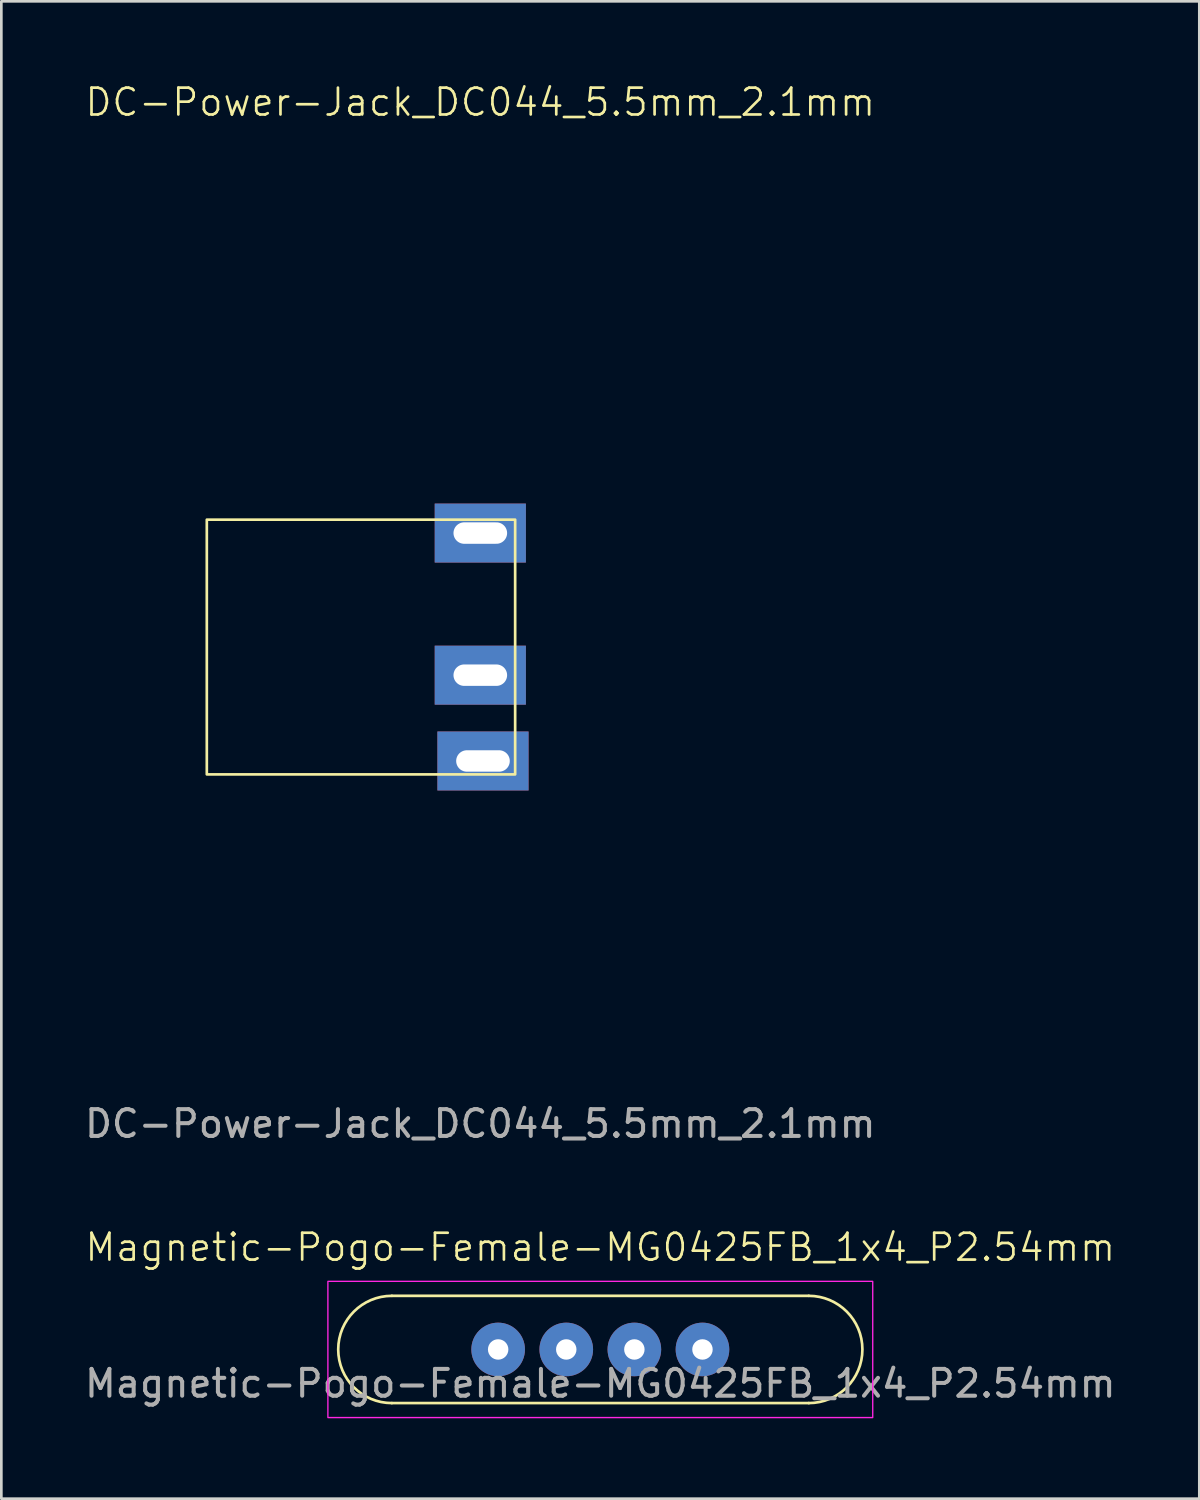
<source format=kicad_pcb>
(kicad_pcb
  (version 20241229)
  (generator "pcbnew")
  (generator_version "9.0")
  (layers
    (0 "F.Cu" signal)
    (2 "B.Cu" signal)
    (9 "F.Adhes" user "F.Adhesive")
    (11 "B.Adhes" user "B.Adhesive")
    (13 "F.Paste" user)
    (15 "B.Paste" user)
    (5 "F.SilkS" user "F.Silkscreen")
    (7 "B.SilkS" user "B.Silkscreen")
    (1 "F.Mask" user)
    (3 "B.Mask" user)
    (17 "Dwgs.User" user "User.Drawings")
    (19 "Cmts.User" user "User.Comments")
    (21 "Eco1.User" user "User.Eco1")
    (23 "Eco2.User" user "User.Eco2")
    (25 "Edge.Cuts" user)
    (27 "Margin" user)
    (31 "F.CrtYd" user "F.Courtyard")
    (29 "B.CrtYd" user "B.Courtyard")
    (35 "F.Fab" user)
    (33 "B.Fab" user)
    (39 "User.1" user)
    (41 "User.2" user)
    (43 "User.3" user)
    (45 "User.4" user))
  (footprint "DC-Power-Jack_DC044_5.5mm_2.1mm"
    (layer "F.Cu")
    (at 14.863 21.081)
    (property "Reference" "DC-Power-Jack_DC044_5.5mm_2.1mm" (at 0 -20.32 0) (unlocked yes) (layer "F.SilkS") (effects (font (size 1 1) (thickness 0.1))))
    (attr through_hole)
    (fp_rect (start -10.2 -4.75) (end 1.3 4.75) (stroke (width 0.1) (type default)) (fill no) (layer "F.SilkS"))
    (fp_text user "${REFERENCE}" (at 0 17.78 0) (unlocked yes) (layer "F.Fab") (effects (font (size 1 1) (thickness 0.15))))
    (pad "2" thru_hole rect (at 0 -4.25) (size 3.4 2.2) (drill oval 2 0.8) (layers "*.Cu" "*.Mask"))
    (pad "3" thru_hole rect (at 0 1.05) (size 3.4 2.2) (drill oval 2 0.8) (layers "*.Cu" "*.Mask"))
    (pad "4" thru_hole rect (at 0.1 4.25) (size 3.4 2.2) (drill oval 2 0.8) (layers "*.Cu" "*.Mask")))
  (footprint "Magnetic-Pogo-Female-MG0425FB_1x4_P2.54mm"
    (layer "F.Cu")
    (at 19.339 47.279)
    (property "Reference" "Magnetic-Pogo-Female-MG0425FB_1x4_P2.54mm" (at 0 -3.81 0) (unlocked yes) (layer "F.SilkS") (effects (font (size 1 1) (thickness 0.1))))
    (attr through_hole)
    (fp_line (start -7.775 -2) (end 7.775 -2) (stroke (width 0.1) (type default)) (layer "F.SilkS"))
    (fp_line (start 7.775 2) (end -7.775 2) (stroke (width 0.1) (type default)) (layer "F.SilkS"))
    (fp_arc (start -7.775 2) (mid -9.775 0) (end -7.775 -2) (stroke (width 0.1) (type default)) (layer "F.SilkS"))
    (fp_arc (start 7.775 -2) (mid 9.775 0) (end 7.775 2) (stroke (width 0.1) (type default)) (layer "F.SilkS"))
    (fp_rect (start -10.16 -2.54) (end 10.16 2.54) (stroke (width 0.05) (type default)) (fill no) (layer "F.CrtYd"))
    (fp_text user "${REFERENCE}" (at 0 1.27 0) (unlocked yes) (layer "F.Fab") (effects (font (size 1 1) (thickness 0.15))))
    (pad "1" thru_hole circle (at -3.81 0) (size 2 2) (drill 0.762) (layers "*.Cu" "*.Mask"))
    (pad "2" thru_hole circle (at -1.27 0) (size 2 2) (drill 0.762) (layers "*.Cu" "*.Mask"))
    (pad "3" thru_hole circle (at 1.27 0) (size 2 2) (drill 0.762) (layers "*.Cu" "*.Mask"))
    (pad "4" thru_hole circle (at 3.81 0) (size 2 2) (drill 0.762) (layers "*.Cu" "*.Mask")))
  (gr_rect
    (start -3 -3)
    (end 41.679 52.844)
    (stroke (width 0.1) (type default))
    (fill no)
    (layer "Edge.Cuts")))
</source>
